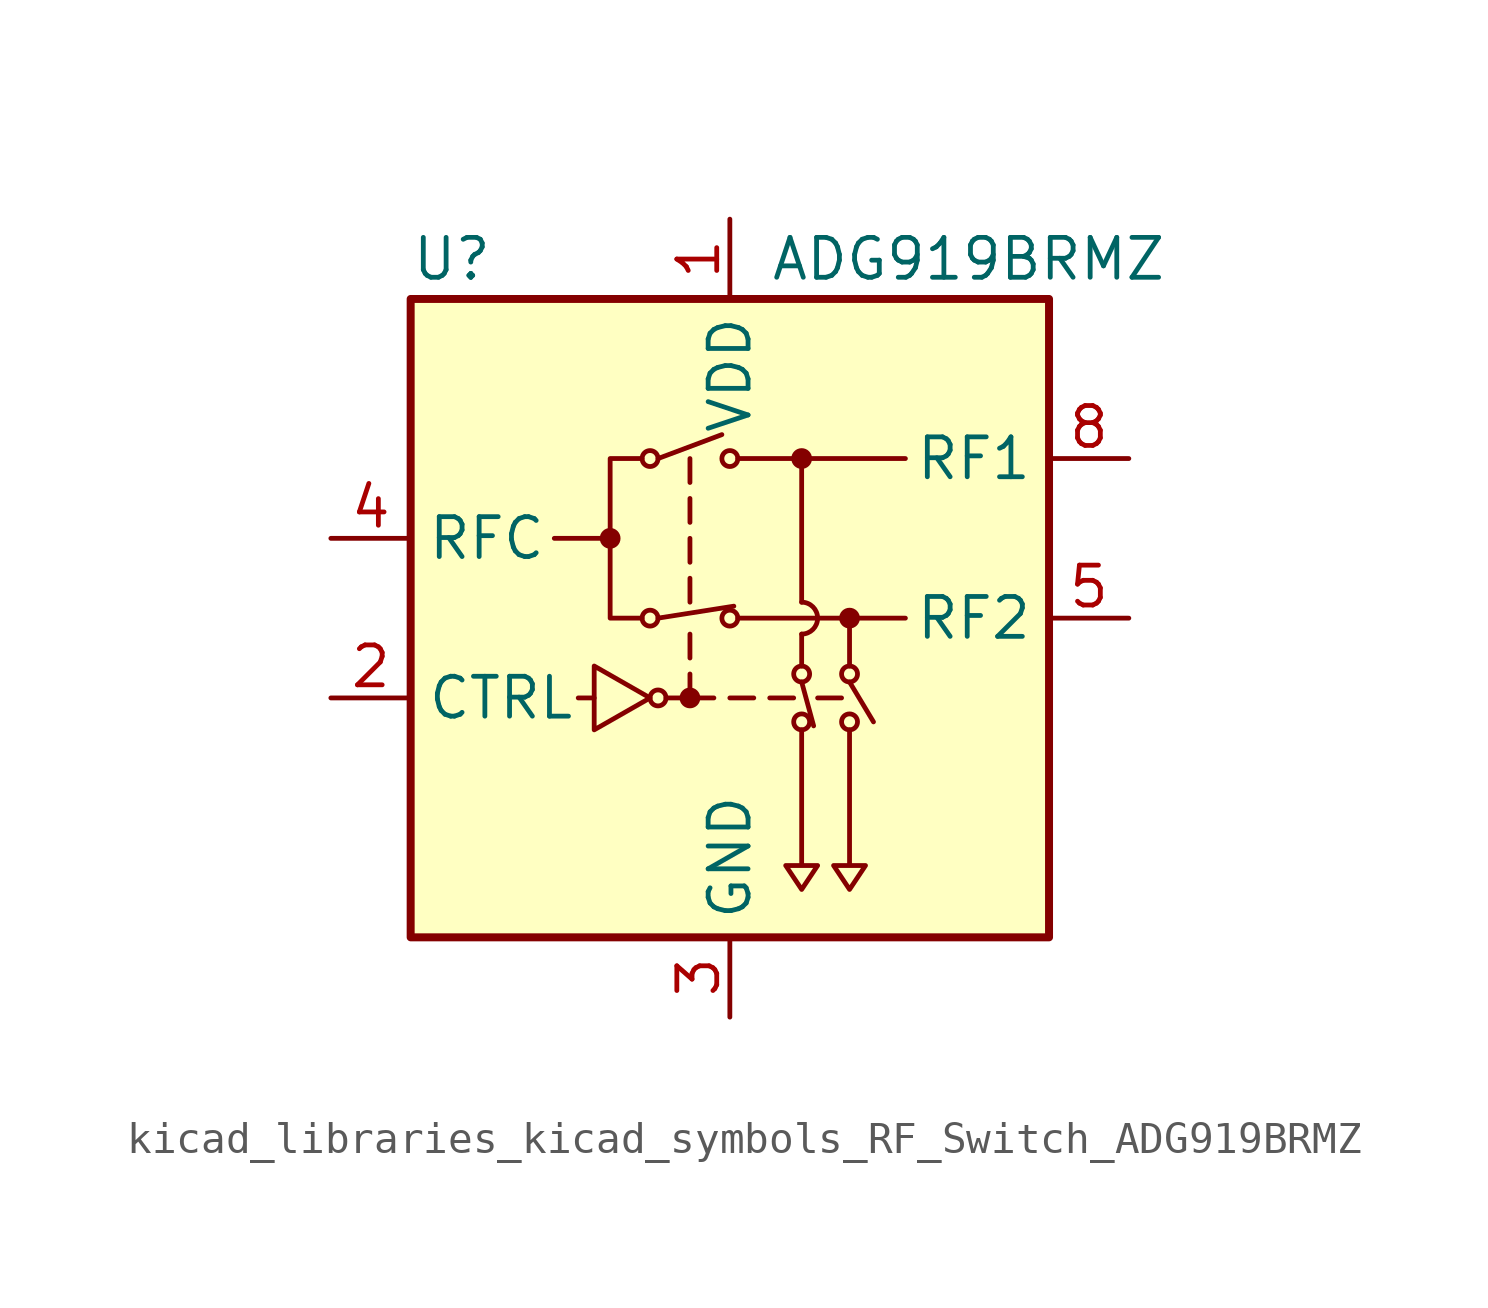
<source format=kicad_sym>
(kicad_symbol_lib
  (version 20220914)
  (generator kicad_symbol_editor)
  (symbol "kicad_libraries_kicad_symbols_RF_Switch_ADG919BRMZ"
    (property "Reference" "U"
      (at -10.16 11.43 0)
      (effects (font (size 1.27 1.27)) (justify left)))
    (property "Value" "ADG919BRMZ"
      (at 1.27 11.43 0)
      (effects (font (size 1.27 1.27)) (justify left)))
    (symbol "kicad_libraries_kicad_symbols_RF_Switch_ADG919BRMZ_0_0"
      (rectangle (start -10.16 10.16) (end 10.16 -10.16) (stroke (width 0.254) (type default)) (fill (type background)))
      (circle (center -3.81 2.54) (radius 0.254) (stroke (width 0) (type default)) (fill (type outline)))
      (circle (center -2.286 -2.54) (radius 0.254) (stroke (width 0) (type default)) (fill (type none)))
      (circle (center -1.27 -2.54) (radius 0.254) (stroke (width 0) (type default)) (fill (type outline)))
      (polyline (pts (xy -4.318 -2.54) (xy -4.826 -2.54)) (stroke (width 0) (type default)) (fill (type none)))
      (polyline (pts (xy -3.81 2.54) (xy -5.588 2.54)) (stroke (width 0) (type default)) (fill (type none)))
      (polyline (pts (xy -1.27 -2.54) (xy -1.27 -1.778)) (stroke (width 0) (type default)) (fill (type none)))
      (polyline (pts (xy -1.27 -1.27) (xy -1.27 -0.508)) (stroke (width 0) (type default)) (fill (type none)))
      (polyline (pts (xy -1.27 1.27) (xy -1.27 0.508)) (stroke (width 0) (type default)) (fill (type none)))
      (polyline (pts (xy -1.27 2.54) (xy -1.27 1.778)) (stroke (width 0) (type default)) (fill (type none)))
      (polyline (pts (xy -1.27 3.81) (xy -1.27 3.048)) (stroke (width 0) (type default)) (fill (type none)))
      (polyline (pts (xy -1.27 5.08) (xy -1.27 4.318)) (stroke (width 0) (type default)) (fill (type none)))
      (polyline (pts (xy -0.508 -2.54) (xy -2.032 -2.54)) (stroke (width 0) (type default)) (fill (type none)))
      (polyline (pts (xy 0 -2.54) (xy 0.762 -2.54)) (stroke (width 0) (type default)) (fill (type none)))
      (polyline (pts (xy 0.254 0) (xy 5.588 0)) (stroke (width 0) (type default)) (fill (type none)))
      (polyline (pts (xy 0.254 5.08) (xy 5.588 5.08)) (stroke (width 0) (type default)) (fill (type none)))
      (polyline (pts (xy 2.032 -2.54) (xy 1.27 -2.54)) (stroke (width 0) (type default)) (fill (type none)))
      (polyline (pts (xy 2.286 0.508) (xy 2.286 5.08)) (stroke (width 0) (type default)) (fill (type none)))
      (polyline (pts (xy 3.556 -2.54) (xy 2.794 -2.54)) (stroke (width 0) (type default)) (fill (type none)))
      (polyline (pts (xy -4.318 -1.524) (xy -4.318 -3.556) (xy -2.54 -2.54) (xy -4.318 -1.524)) (stroke (width 0) (type default)) (fill (type none)))
      (polyline (pts (xy -2.794 0) (xy -3.81 0) (xy -3.81 5.08) (xy -2.794 5.08)) (stroke (width 0) (type default)) (fill (type none)))
      (arc (start 2.286 -0.508) (mid 2.7918 0) (end 2.286 0.508) (stroke (width 0) (type default)) (fill (type none))))
    (symbol "kicad_libraries_kicad_symbols_RF_Switch_ADG919BRMZ_0_1"
      (circle (center -2.54 0) (radius 0.254) (stroke (width 0) (type default)) (fill (type none)))
      (circle (center -2.54 5.08) (radius 0.254) (stroke (width 0) (type default)) (fill (type none)))
      (polyline (pts (xy -2.286 0) (xy 0.127 0.381)) (stroke (width 0) (type default)) (fill (type none)))
      (polyline (pts (xy -2.286 5.08) (xy -0.254 5.842)) (stroke (width 0) (type default)) (fill (type none)))
      (polyline (pts (xy 2.286 -2.032) (xy 2.667 -3.429)) (stroke (width 0) (type default)) (fill (type none)))
      (polyline (pts (xy 2.286 -0.508) (xy 2.286 -1.524)) (stroke (width 0) (type default)) (fill (type none)))
      (polyline (pts (xy 3.81 -2.032) (xy 4.572 -3.302)) (stroke (width 0) (type default)) (fill (type none)))
      (polyline (pts (xy 3.81 0) (xy 3.81 -1.524)) (stroke (width 0) (type default)) (fill (type none)))
      (polyline (pts (xy 2.286 -3.556) (xy 2.286 -7.874) (xy 1.778 -7.874) (xy 2.286 -8.636) (xy 2.794 -7.874) (xy 2.286 -7.874)) (stroke (width 0) (type default)) (fill (type none)))
      (polyline (pts (xy 3.81 -3.556) (xy 3.81 -7.874) (xy 3.302 -7.874) (xy 3.81 -8.636) (xy 4.318 -7.874) (xy 3.81 -7.874)) (stroke (width 0) (type default)) (fill (type none)))
      (circle (center 0 0) (radius 0.254) (stroke (width 0) (type default)) (fill (type none)))
      (circle (center 0 5.08) (radius 0.254) (stroke (width 0) (type default)) (fill (type none)))
      (circle (center 2.286 -3.302) (radius 0.254) (stroke (width 0) (type default)) (fill (type none)))
      (circle (center 2.286 -1.778) (radius 0.254) (stroke (width 0) (type default)) (fill (type none)))
      (circle (center 2.286 5.08) (radius 0.254) (stroke (width 0) (type default)) (fill (type outline)))
      (circle (center 3.81 -3.302) (radius 0.254) (stroke (width 0) (type default)) (fill (type none)))
      (circle (center 3.81 -1.778) (radius 0.254) (stroke (width 0) (type default)) (fill (type none)))
      (circle (center 3.81 0) (radius 0.254) (stroke (width 0) (type default)) (fill (type outline))))
    (symbol "kicad_libraries_kicad_symbols_RF_Switch_ADG919BRMZ_1_1"
      (pin power_in line (at 0 12.7 270) (length 2.54) (name "VDD" (effects (font (size 1.27 1.27)))) (number "1" (effects (font (size 1.27 1.27)))))
      (pin input line (at -12.7 -2.54 0) (length 2.54) (name "CTRL" (effects (font (size 1.27 1.27)))) (number "2" (effects (font (size 1.27 1.27)))))
      (pin power_in line (at 0 -12.7 90) (length 2.54) (name "GND" (effects (font (size 1.27 1.27)))) (number "3" (effects (font (size 1.27 1.27)))))
      (pin passive line (at -12.7 2.54 0) (length 2.54) (name "RFC" (effects (font (size 1.27 1.27)))) (number "4" (effects (font (size 1.27 1.27)))))
      (pin passive line (at 12.7 0 180) (length 2.54) (name "RF2" (effects (font (size 1.27 1.27)))) (number "5" (effects (font (size 1.27 1.27)))))
      (pin passive line (at 0 -12.7 90) (length 2.54) hide (name "GND" (effects (font (size 1.27 1.27)))) (number "6" (effects (font (size 1.27 1.27)))))
      (pin passive line (at 0 -12.7 90) (length 2.54) hide (name "GND" (effects (font (size 1.27 1.27)))) (number "7" (effects (font (size 1.27 1.27)))))
      (pin passive line (at 12.7 5.08 180) (length 2.54) (name "RF1" (effects (font (size 1.27 1.27)))) (number "8" (effects (font (size 1.27 1.27))))))))
</source>
